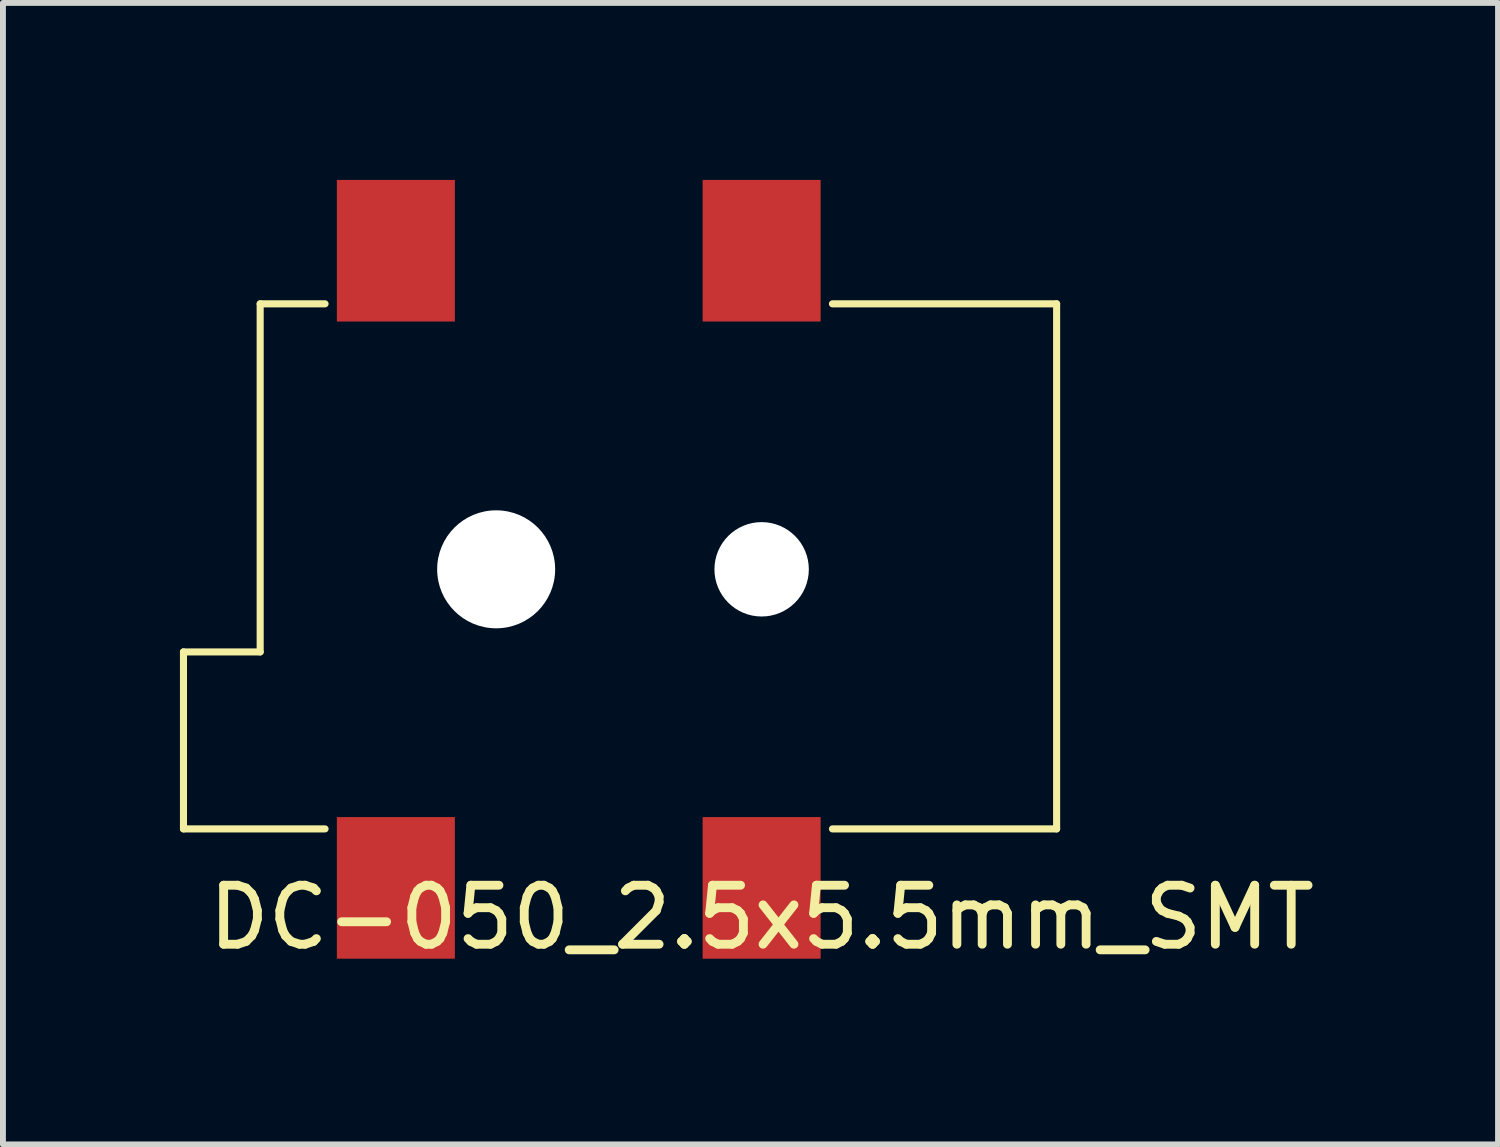
<source format=kicad_pcb>
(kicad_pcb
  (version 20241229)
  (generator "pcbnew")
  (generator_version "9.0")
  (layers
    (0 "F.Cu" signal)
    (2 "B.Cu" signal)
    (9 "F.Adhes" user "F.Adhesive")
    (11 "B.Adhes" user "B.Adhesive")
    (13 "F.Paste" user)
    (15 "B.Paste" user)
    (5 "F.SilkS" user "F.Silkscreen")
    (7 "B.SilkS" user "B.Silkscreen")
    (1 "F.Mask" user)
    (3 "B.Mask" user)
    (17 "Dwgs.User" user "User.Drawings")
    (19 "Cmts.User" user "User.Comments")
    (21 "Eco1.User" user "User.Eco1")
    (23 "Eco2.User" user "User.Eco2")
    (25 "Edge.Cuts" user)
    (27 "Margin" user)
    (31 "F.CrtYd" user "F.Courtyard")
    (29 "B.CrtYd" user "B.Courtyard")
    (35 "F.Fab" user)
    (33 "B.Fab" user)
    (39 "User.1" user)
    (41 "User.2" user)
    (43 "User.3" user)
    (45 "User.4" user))
  (footprint "DC-050_2.5x5.5mm_SMT"
    (layer "F.Cu")
    (at 9.86 12)
    (property "Reference" "DC-050_2.5x5.5mm_SMT" (at 0 0.5 0) (layer "F.SilkS") (effects (font (size 1 1) (thickness 0.15))))
    (attr through_hole)
    (fp_line (start -9.8 -4) (end -9.8 -1) (stroke (width 0.12) (type solid)) (layer "F.SilkS"))
    (fp_line (start -9.8 -4) (end -8.5 -4) (stroke (width 0.12) (type solid)) (layer "F.SilkS"))
    (fp_line (start -9.8 -1) (end -7.4 -1) (stroke (width 0.12) (type solid)) (layer "F.SilkS"))
    (fp_line (start -8.5 -9.9) (end -7.4 -9.9) (stroke (width 0.12) (type solid)) (layer "F.SilkS"))
    (fp_line (start -8.5 -4) (end -8.5 -9.9) (stroke (width 0.12) (type solid)) (layer "F.SilkS"))
    (fp_line (start 5 -9.9) (end 1.2 -9.9) (stroke (width 0.12) (type solid)) (layer "F.SilkS"))
    (fp_line (start 5 -9.9) (end 5 -1) (stroke (width 0.12) (type solid)) (layer "F.SilkS"))
    (fp_line (start 5 -1) (end 1.2 -1) (stroke (width 0.12) (type solid)) (layer "F.SilkS"))
    (pad "" np_thru_hole circle (at -4.5 -5.4) (size 2 2) (drill 2) (layers "*.Cu" "*.Mask"))
    (pad "" np_thru_hole circle (at 0 -5.4) (size 1.6 1.6) (drill 1.6) (layers "*.Cu" "*.Mask"))
    (pad "1" smd rect (at -6.2 0) (size 2 2.4) (layers "F.Cu" "F.Mask" "F.Paste"))
    (pad "1" smd rect (at 0 0) (size 2 2.4) (layers "F.Cu" "F.Mask" "F.Paste"))
    (pad "2" smd rect (at 0 -10.8) (size 2 2.4) (layers "F.Cu" "F.Mask" "F.Paste"))
    (pad "3" smd rect (at -6.2 -10.8) (size 2 2.4) (layers "F.Cu" "F.Mask" "F.Paste")))
  (gr_rect
    (start -3 -3)
    (end 22.342 16.348)
    (stroke (width 0.1) (type default))
    (fill no)
    (layer "Edge.Cuts")))
</source>
